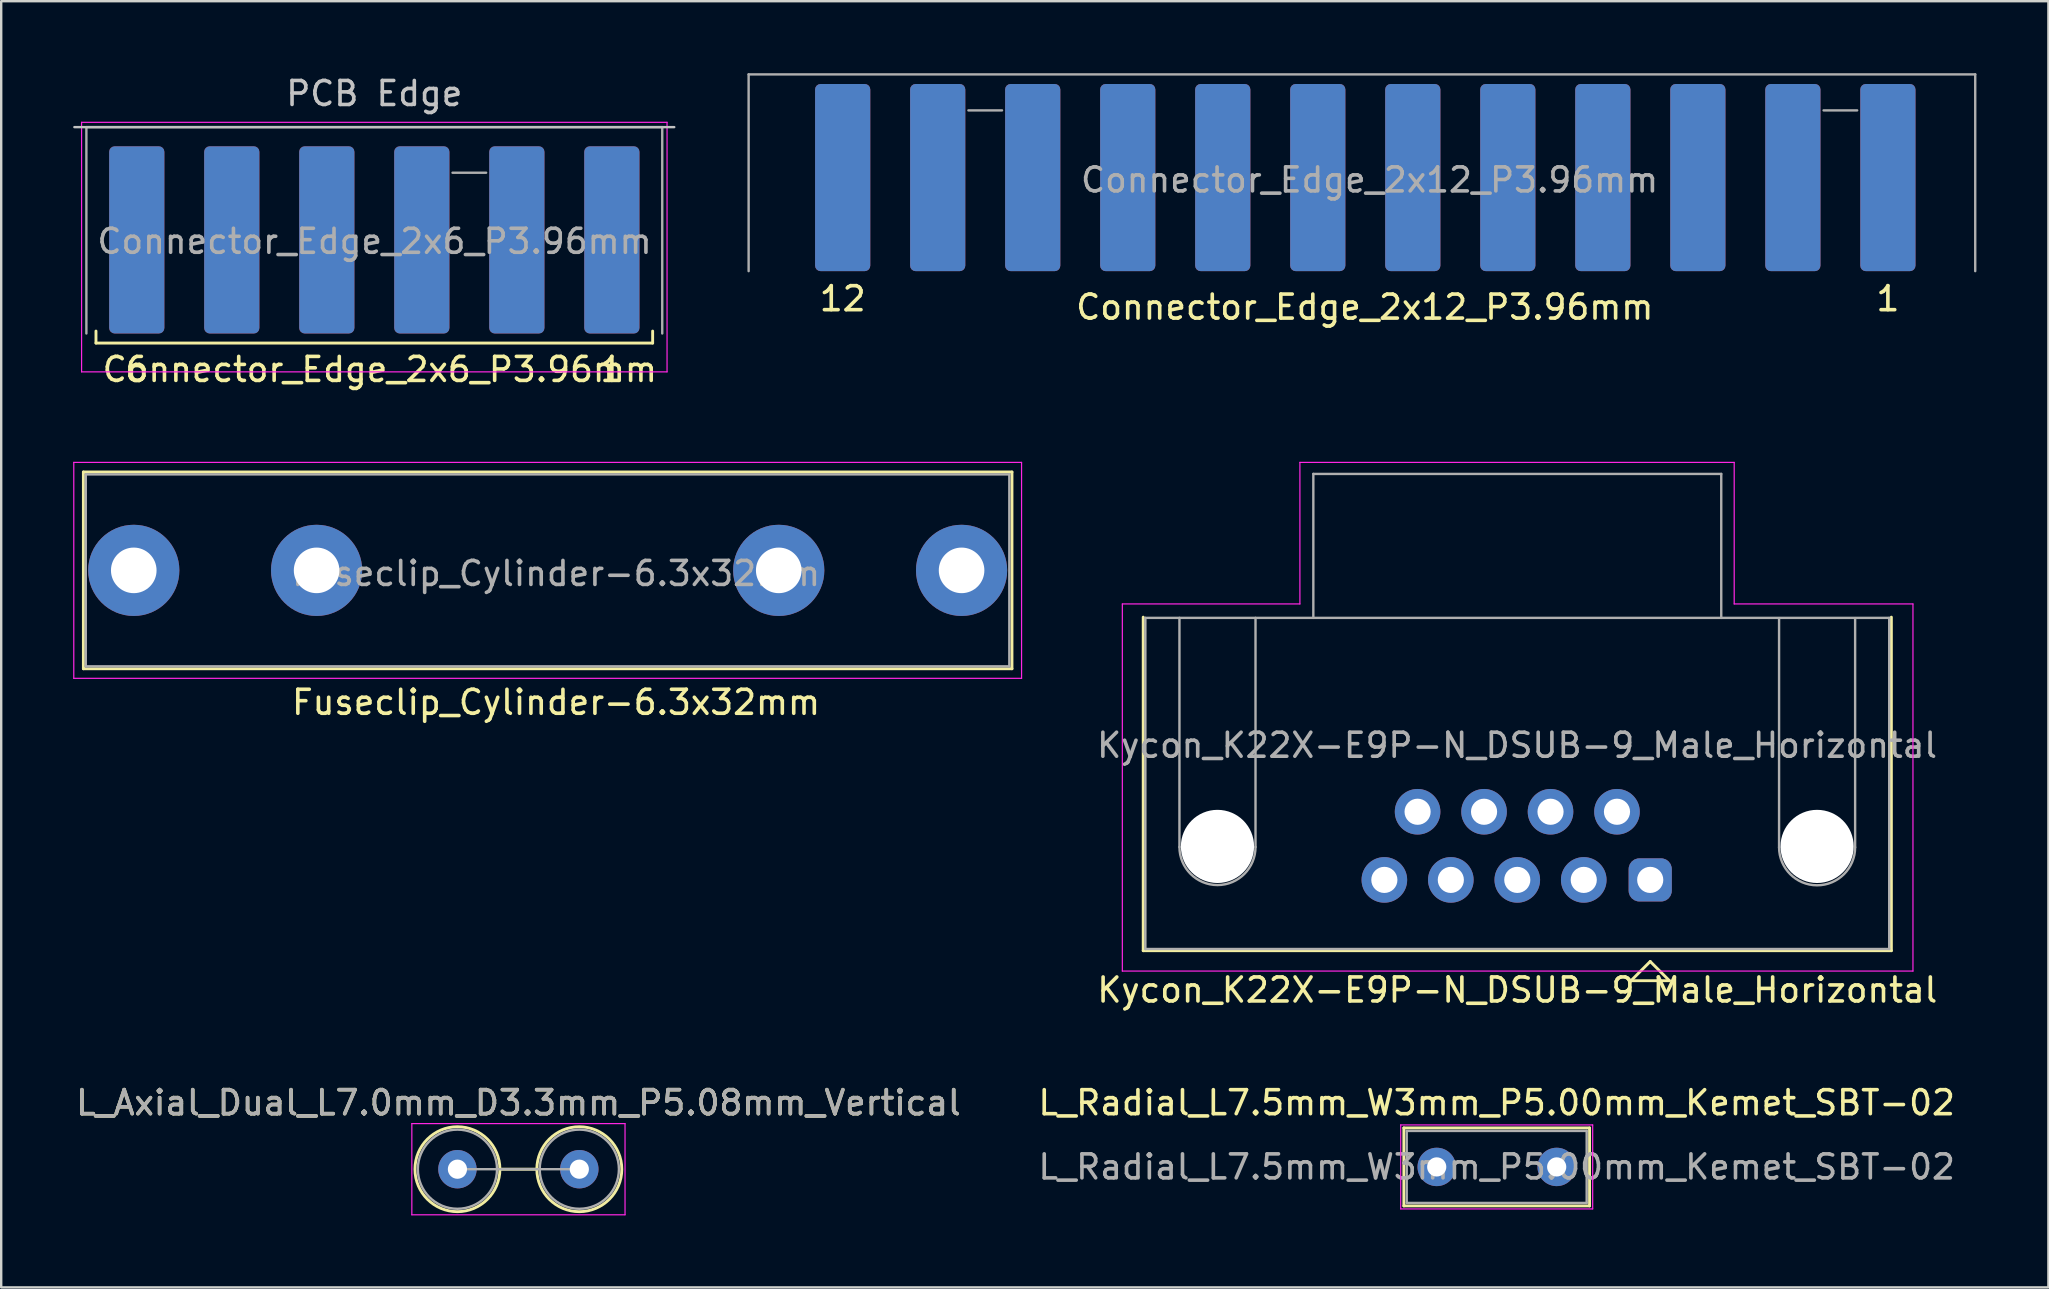
<source format=kicad_pcb>
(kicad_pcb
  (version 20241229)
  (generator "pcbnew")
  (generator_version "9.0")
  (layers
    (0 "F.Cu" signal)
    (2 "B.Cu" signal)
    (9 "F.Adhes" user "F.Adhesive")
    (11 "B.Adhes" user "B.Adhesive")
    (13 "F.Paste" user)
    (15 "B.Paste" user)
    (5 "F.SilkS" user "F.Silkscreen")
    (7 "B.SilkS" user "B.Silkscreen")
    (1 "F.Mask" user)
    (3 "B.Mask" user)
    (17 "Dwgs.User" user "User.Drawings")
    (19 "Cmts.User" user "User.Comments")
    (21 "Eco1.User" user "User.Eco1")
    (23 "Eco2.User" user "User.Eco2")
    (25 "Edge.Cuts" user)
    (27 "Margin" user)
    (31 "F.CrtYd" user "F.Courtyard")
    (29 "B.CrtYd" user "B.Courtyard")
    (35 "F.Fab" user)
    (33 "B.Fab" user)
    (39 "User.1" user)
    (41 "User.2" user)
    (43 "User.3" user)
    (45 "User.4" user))
  (footprint "Connector_Edge_2x6_P3.96mm"
    (layer "F.Cu")
    (at 22.45 6.948)
    (property "Reference" "Connector_Edge_2x6_P3.96mm" (at -9.67 5.4 0) (layer "F.SilkS") (effects (font (size 1 1) (thickness 0.15))))
    (attr through_hole)
    (fp_line (start -21.5 3.8) (end -21.5 4.3) (stroke (width 0.12) (type solid)) (layer "F.SilkS"))
    (fp_line (start -21.5 4.3) (end 1.7 4.3) (stroke (width 0.12) (type solid)) (layer "F.SilkS"))
    (fp_line (start 1.7 4.3) (end 1.7 3.8) (stroke (width 0.12) (type solid)) (layer "F.SilkS"))
    (fp_line (start -22.4 -4.7) (end 2.6 -4.7) (stroke (width 0.1) (type solid)) (layer "Dwgs.User"))
    (fp_line (start -22.1 -4.9) (end 2.3 -4.9) (stroke (width 0.05) (type solid)) (layer "F.CrtYd"))
    (fp_line (start -22.1 5.5) (end -22.1 -4.9) (stroke (width 0.05) (type solid)) (layer "F.CrtYd"))
    (fp_line (start 2.3 -4.9) (end 2.3 5.5) (stroke (width 0.05) (type solid)) (layer "F.CrtYd"))
    (fp_line (start 2.3 5.5) (end -22.1 5.5) (stroke (width 0.05) (type solid)) (layer "F.CrtYd"))
    (fp_line (start -21.9 -4.7) (end -21.9 3.9) (stroke (width 0.1) (type solid)) (layer "F.Fab"))
    (fp_line (start -21.9 -4.7) (end 2.1 -4.7) (stroke (width 0.1) (type solid)) (layer "F.Fab"))
    (fp_line (start -5.24 -2.8) (end -6.64 -2.8) (stroke (width 0.1) (type solid)) (layer "F.Fab"))
    (fp_line (start 2.1 -4.7) (end 2.1 3.9) (stroke (width 0.1) (type solid)) (layer "F.Fab"))
    (fp_text user "1" (at 0 5.4 0) (layer "F.SilkS") (effects (font (size 1 1) (thickness 0.15))))
    (fp_text user "6" (at -19.8 5.4 0) (layer "F.SilkS") (effects (font (size 1 1) (thickness 0.15))))
    (fp_text user "PCB Edge" (at -9.9 -6.1 0) (layer "Dwgs.User") (effects (font (size 1 1) (thickness 0.15))))
    (fp_text user "${REFERENCE}" (at -9.89 0.06 0) (layer "F.Fab") (effects (font (size 1 1) (thickness 0.15))))
    (pad "1" smd roundrect (at 0 0) (size 2.3 7.8) (layers "F.Cu" "F.Mask" "F.Paste") (roundrect_rratio 0.1))
    (pad "2" smd roundrect (at -3.96 0) (size 2.3 7.8) (layers "F.Cu" "F.Mask" "F.Paste") (roundrect_rratio 0.1))
    (pad "3" smd roundrect (at -7.92 0) (size 2.3 7.8) (layers "F.Cu" "F.Mask" "F.Paste") (roundrect_rratio 0.1))
    (pad "4" smd roundrect (at -11.88 0) (size 2.3 7.8) (layers "F.Cu" "F.Mask" "F.Paste") (roundrect_rratio 0.1))
    (pad "5" smd roundrect (at -15.84 0) (size 2.3 7.8) (layers "F.Cu" "F.Mask" "F.Paste") (roundrect_rratio 0.1))
    (pad "6" smd roundrect (at -19.8 0) (size 2.3 7.8) (layers "F.Cu" "F.Mask" "F.Paste") (roundrect_rratio 0.1))
    (pad "A" smd roundrect (at 0 0) (size 2.3 7.8) (layers "F.Mask" "B.Cu" "F.Paste") (roundrect_rratio 0.1))
    (pad "B" smd roundrect (at -3.96 0) (size 2.3 7.8) (layers "F.Mask" "B.Cu" "F.Paste") (roundrect_rratio 0.1))
    (pad "C" smd roundrect (at -7.92 0) (size 2.3 7.8) (layers "F.Mask" "B.Cu" "F.Paste") (roundrect_rratio 0.1))
    (pad "D" smd roundrect (at -11.88 0) (size 2.3 7.8) (layers "F.Mask" "B.Cu" "F.Paste") (roundrect_rratio 0.1))
    (pad "E" smd roundrect (at -15.84 0) (size 2.3 7.8) (layers "F.Mask" "B.Cu" "F.Paste") (roundrect_rratio 0.1))
    (pad "F" smd roundrect (at -19.8 0) (size 2.3 7.8) (layers "F.Mask" "B.Cu" "F.Paste") (roundrect_rratio 0.1)))
  (footprint "Kycon_K22X-E9P-N_DSUB-9_Male_Horizontal"
    (layer "F.Cu")
    (at 65.725 33.621)
    (property "Reference" "Kycon_K22X-E9P-N_DSUB-9_Male_Horizontal" (at -5.54 4.59 0) (layer "F.SilkS") (effects (font (size 1 1) (thickness 0.15))))
    (attr through_hole)
    (fp_line (start -21.13 2.95) (end -21.13 -10.95) (stroke (width 0.12) (type solid)) (layer "F.SilkS"))
    (fp_line (start -0.8 4.2) (end 0 3.4) (stroke (width 0.12) (type solid)) (layer "F.SilkS"))
    (fp_line (start 0 3.4) (end 0.8 4.2) (stroke (width 0.12) (type solid)) (layer "F.SilkS"))
    (fp_line (start 0.8 4.2) (end -0.8 4.2) (stroke (width 0.12) (type solid)) (layer "F.SilkS"))
    (fp_line (start 10.05 -10.95) (end 10.05 2.95) (stroke (width 0.12) (type solid)) (layer "F.SilkS"))
    (fp_line (start 10.05 2.95) (end -21.13 2.95) (stroke (width 0.12) (type solid)) (layer "F.SilkS"))
    (fp_line (start -22 3.8) (end -22 -11.5) (stroke (width 0.05) (type solid)) (layer "F.CrtYd"))
    (fp_line (start -14.6 -17.4) (end -14.6 -11.5) (stroke (width 0.05) (type solid)) (layer "F.CrtYd"))
    (fp_line (start -14.6 -11.5) (end -22 -11.5) (stroke (width 0.05) (type solid)) (layer "F.CrtYd"))
    (fp_line (start 3.5 -17.4) (end -14.6 -17.4) (stroke (width 0.05) (type solid)) (layer "F.CrtYd"))
    (fp_line (start 3.5 -11.5) (end 3.5 -17.4) (stroke (width 0.05) (type solid)) (layer "F.CrtYd"))
    (fp_line (start 10.95 -11.5) (end 3.5 -11.5) (stroke (width 0.05) (type solid)) (layer "F.CrtYd"))
    (fp_line (start 10.95 -11.5) (end 10.95 3.8) (stroke (width 0.05) (type solid)) (layer "F.CrtYd"))
    (fp_line (start 10.95 3.8) (end -22 3.8) (stroke (width 0.05) (type solid)) (layer "F.CrtYd"))
    (fp_line (start -21.04 -10.92) (end 9.96 -10.92) (stroke (width 0.1) (type solid)) (layer "F.Fab"))
    (fp_line (start -21.04 2.88) (end -21.04 -10.92) (stroke (width 0.1) (type solid)) (layer "F.Fab"))
    (fp_line (start -21.04 2.88) (end 9.96 2.88) (stroke (width 0.1) (type solid)) (layer "F.Fab"))
    (fp_line (start -19.62 -1.37) (end -19.62 -10.92) (stroke (width 0.1) (type solid)) (layer "F.Fab"))
    (fp_line (start -16.45 -1.37) (end -16.45 -10.92) (stroke (width 0.1) (type solid)) (layer "F.Fab"))
    (fp_line (start -14.04 -16.92) (end -14.04 -10.92) (stroke (width 0.1) (type solid)) (layer "F.Fab"))
    (fp_line (start -14.04 -16.92) (end 2.96 -16.92) (stroke (width 0.1) (type solid)) (layer "F.Fab"))
    (fp_line (start 2.96 -16.92) (end 2.96 -10.92) (stroke (width 0.1) (type solid)) (layer "F.Fab"))
    (fp_line (start 5.37 -1.36) (end 5.37 -10.91) (stroke (width 0.1) (type solid)) (layer "F.Fab"))
    (fp_line (start 8.54 -1.36) (end 8.54 -10.91) (stroke (width 0.1) (type solid)) (layer "F.Fab"))
    (fp_line (start 9.96 2.88) (end 9.96 -10.92) (stroke (width 0.1) (type solid)) (layer "F.Fab"))
    (fp_arc (start -16.45 -1.37) (mid -18.035 0.215) (end -19.62 -1.37) (stroke (width 0.1) (type solid)) (layer "F.Fab"))
    (fp_arc (start 8.54 -1.36) (mid 6.955 0.225) (end 5.37 -1.36) (stroke (width 0.1) (type solid)) (layer "F.Fab"))
    (fp_text user "${REFERENCE}" (at -5.55 -5.61 0) (layer "F.Fab") (effects (font (size 1 1) (thickness 0.15))))
    (pad "" np_thru_hole circle (at -18.035 -1.395) (size 3.05 3.05) (drill 3.05) (layers "*.Cu" "*.Mask"))
    (pad "" np_thru_hole circle (at 6.955 -1.395) (size 3.05 3.05) (drill 3.05) (layers "*.Cu" "*.Mask"))
    (pad "1" thru_hole roundrect (at 0 0) (size 1.8 1.8) (drill 1.09) (layers "*.Cu" "*.Mask") (roundrect_rratio 0.25))
    (pad "2" thru_hole circle (at -2.77 0) (size 1.9 1.9) (drill 1.09) (layers "*.Cu" "*.Mask"))
    (pad "3" thru_hole circle (at -5.54 0) (size 1.9 1.9) (drill 1.09) (layers "*.Cu" "*.Mask"))
    (pad "4" thru_hole circle (at -8.31 0) (size 1.9 1.9) (drill 1.09) (layers "*.Cu" "*.Mask"))
    (pad "5" thru_hole circle (at -11.08 0) (size 1.9 1.9) (drill 1.09) (layers "*.Cu" "*.Mask"))
    (pad "6" thru_hole circle (at -1.385 -2.84) (size 1.9 1.9) (drill 1.09) (layers "*.Cu" "*.Mask"))
    (pad "7" thru_hole circle (at -4.155 -2.84) (size 1.9 1.9) (drill 1.09) (layers "*.Cu" "*.Mask"))
    (pad "8" thru_hole circle (at -6.925 -2.84) (size 1.9 1.9) (drill 1.09) (layers "*.Cu" "*.Mask"))
    (pad "9" thru_hole circle (at -9.695 -2.84) (size 1.9 1.9) (drill 1.09) (layers "*.Cu" "*.Mask")))
  (footprint "Connector_Edge_2x12_P3.96mm"
    (layer "F.Cu")
    (at 75.63 4.35)
    (property "Reference" "Connector_Edge_2x12_P3.96mm" (at -21.8 5.4 0) (layer "F.SilkS") (effects (font (size 1 1) (thickness 0.15))))
    (attr through_hole)
    (fp_line (start -47.48 -4.3) (end -47.48 3.9) (stroke (width 0.1) (type solid)) (layer "F.Fab"))
    (fp_line (start -47.48 -4.3) (end 3.64 -4.3) (stroke (width 0.1) (type solid)) (layer "F.Fab"))
    (fp_line (start -36.92 -2.8) (end -38.32 -2.8) (stroke (width 0.1) (type solid)) (layer "F.Fab"))
    (fp_line (start -1.28 -2.8) (end -2.68 -2.8) (stroke (width 0.1) (type solid)) (layer "F.Fab"))
    (fp_line (start 3.64 -4.3) (end 3.64 3.9) (stroke (width 0.1) (type solid)) (layer "F.Fab"))
    (fp_text user "1" (at 0 5.05 0) (layer "F.SilkS") (effects (font (size 1 1) (thickness 0.15))))
    (fp_text user "12" (at -43.56 5.05 0) (layer "F.SilkS") (effects (font (size 1 1) (thickness 0.15))))
    (fp_text user "${REFERENCE}" (at -21.6 0.1 0) (layer "F.Fab") (effects (font (size 1 1) (thickness 0.15))))
    (pad "1" smd roundrect (at 0 0) (size 2.3 7.8) (layers "F.Cu" "F.Mask" "F.Paste") (roundrect_rratio 0.1))
    (pad "2" smd roundrect (at -3.96 0) (size 2.3 7.8) (layers "F.Cu" "F.Mask" "F.Paste") (roundrect_rratio 0.1))
    (pad "3" smd roundrect (at -7.92 0) (size 2.3 7.8) (layers "F.Cu" "F.Mask" "F.Paste") (roundrect_rratio 0.1))
    (pad "4" smd roundrect (at -11.88 0) (size 2.3 7.8) (layers "F.Cu" "F.Mask" "F.Paste") (roundrect_rratio 0.1))
    (pad "5" smd roundrect (at -15.84 0) (size 2.3 7.8) (layers "F.Cu" "F.Mask" "F.Paste") (roundrect_rratio 0.1))
    (pad "6" smd roundrect (at -19.8 0) (size 2.3 7.8) (layers "F.Cu" "F.Mask" "F.Paste") (roundrect_rratio 0.1))
    (pad "7" smd roundrect (at -23.76 0) (size 2.3 7.8) (layers "F.Cu" "F.Mask" "F.Paste") (roundrect_rratio 0.1))
    (pad "8" smd roundrect (at -27.72 0) (size 2.3 7.8) (layers "F.Cu" "F.Mask" "F.Paste") (roundrect_rratio 0.1))
    (pad "9" smd roundrect (at -31.68 0) (size 2.3 7.8) (layers "F.Cu" "F.Mask" "F.Paste") (roundrect_rratio 0.1))
    (pad "10" smd roundrect (at -35.64 0) (size 2.3 7.8) (layers "F.Cu" "F.Mask" "F.Paste") (roundrect_rratio 0.1))
    (pad "11" smd roundrect (at -39.6 0) (size 2.3 7.8) (layers "F.Cu" "F.Mask" "F.Paste") (roundrect_rratio 0.1))
    (pad "12" smd roundrect (at -43.56 0) (size 2.3 7.8) (layers "F.Cu" "F.Mask" "F.Paste") (roundrect_rratio 0.1))
    (pad "A" smd roundrect (at 0 0) (size 2.3 7.8) (layers "F.Mask" "B.Cu" "F.Paste") (roundrect_rratio 0.1))
    (pad "B" smd roundrect (at -3.96 0) (size 2.3 7.8) (layers "F.Mask" "B.Cu" "F.Paste") (roundrect_rratio 0.1))
    (pad "C" smd roundrect (at -7.92 0) (size 2.3 7.8) (layers "F.Mask" "B.Cu" "F.Paste") (roundrect_rratio 0.1))
    (pad "D" smd roundrect (at -11.88 0) (size 2.3 7.8) (layers "F.Mask" "B.Cu" "F.Paste") (roundrect_rratio 0.1))
    (pad "E" smd roundrect (at -15.84 0) (size 2.3 7.8) (layers "F.Mask" "B.Cu" "F.Paste") (roundrect_rratio 0.1))
    (pad "F" smd roundrect (at -19.8 0) (size 2.3 7.8) (layers "F.Mask" "B.Cu" "F.Paste") (roundrect_rratio 0.1))
    (pad "H" smd roundrect (at -23.76 0) (size 2.3 7.8) (layers "F.Mask" "B.Cu" "F.Paste") (roundrect_rratio 0.1))
    (pad "J" smd roundrect (at -27.72 0) (size 2.3 7.8) (layers "F.Mask" "B.Cu" "F.Paste") (roundrect_rratio 0.1))
    (pad "K" smd roundrect (at -31.68 0) (size 2.3 7.8) (layers "F.Mask" "B.Cu" "F.Paste") (roundrect_rratio 0.1))
    (pad "L" smd roundrect (at -35.64 0) (size 2.3 7.8) (layers "F.Mask" "B.Cu" "F.Paste") (roundrect_rratio 0.1))
    (pad "M" smd roundrect (at -39.6 0) (size 2.3 7.8) (layers "F.Mask" "B.Cu" "F.Paste") (roundrect_rratio 0.1))
    (pad "N" smd roundrect (at -43.56 0) (size 2.3 7.8) (layers "F.Mask" "B.Cu" "F.Paste") (roundrect_rratio 0.1)))
  (footprint "L_Axial_Dual_L7.0mm_D3.3mm_P5.08mm_Vertical"
    (layer "F.Cu")
    (at 16.014 45.678)
    (property "Reference" "L_Axial_Dual_L7.0mm_D3.3mm_P5.08mm_Vertical" (at 2.54 -2.77 0) (layer "F.SilkS") (effects (font (size 1 1) (thickness 0.15))))
    (attr through_hole)
    (fp_line (start 1.77 0) (end 3.31 0) (stroke (width 0.12) (type solid)) (layer "F.SilkS"))
    (fp_circle (center 0 0) (end 1.77 0) (stroke (width 0.12) (type solid)) (fill no) (layer "F.SilkS"))
    (fp_circle (center 5.08 0) (end 6.85 0) (stroke (width 0.12) (type solid)) (fill no) (layer "F.SilkS"))
    (fp_line (start -1.9 -1.9) (end -1.9 1.9) (stroke (width 0.05) (type solid)) (layer "F.CrtYd"))
    (fp_line (start -1.9 1.9) (end 6.985 1.9) (stroke (width 0.05) (type solid)) (layer "F.CrtYd"))
    (fp_line (start 6.985 -1.9) (end -1.9 -1.9) (stroke (width 0.05) (type solid)) (layer "F.CrtYd"))
    (fp_line (start 6.985 1.9) (end 6.985 -1.9) (stroke (width 0.05) (type solid)) (layer "F.CrtYd"))
    (fp_line (start 0 0) (end 5.08 0) (stroke (width 0.1) (type solid)) (layer "F.Fab"))
    (fp_circle (center 0 0) (end 1.65 0) (stroke (width 0.1) (type solid)) (fill no) (layer "F.Fab"))
    (fp_circle (center 5.08 0) (end 6.73 0) (stroke (width 0.1) (type solid)) (fill no) (layer "F.Fab"))
    (fp_text user "${REFERENCE}" (at 2.54 -2.77 0) (layer "F.Fab") (effects (font (size 1 1) (thickness 0.15))))
    (pad "1" thru_hole circle (at 0 0) (size 1.6 1.6) (drill 0.8) (layers "*.Cu" "*.Mask"))
    (pad "2" thru_hole oval (at 5.08 0) (size 1.6 1.6) (drill 0.8) (layers "*.Cu" "*.Mask")))
  (footprint "L_Radial_L7.5mm_W3mm_P5.00mm_Kemet_SBT-02"
    (layer "F.Cu")
    (at 56.827 45.583)
    (property "Reference" "L_Radial_L7.5mm_W3mm_P5.00mm_Kemet_SBT-02" (at 2.5 -2.675 0) (layer "F.SilkS") (effects (font (size 1 1) (thickness 0.15))))
    (attr through_hole)
    (fp_line (start -1.37 -1.625) (end -1.37 1.625) (stroke (width 0.12) (type solid)) (layer "F.SilkS"))
    (fp_line (start -1.37 -1.625) (end 6.37 -1.625) (stroke (width 0.12) (type solid)) (layer "F.SilkS"))
    (fp_line (start -1.37 1.625) (end 6.37 1.625) (stroke (width 0.12) (type solid)) (layer "F.SilkS"))
    (fp_line (start 6.37 -1.625) (end 6.37 1.625) (stroke (width 0.12) (type solid)) (layer "F.SilkS"))
    (fp_line (start -1.5 -1.75) (end -1.5 1.75) (stroke (width 0.05) (type solid)) (layer "F.CrtYd"))
    (fp_line (start -1.5 1.75) (end 6.5 1.75) (stroke (width 0.05) (type solid)) (layer "F.CrtYd"))
    (fp_line (start 6.5 -1.75) (end -1.5 -1.75) (stroke (width 0.05) (type solid)) (layer "F.CrtYd"))
    (fp_line (start 6.5 1.75) (end 6.5 -1.75) (stroke (width 0.05) (type solid)) (layer "F.CrtYd"))
    (fp_line (start -1.25 -1.5) (end -1.25 1.5) (stroke (width 0.1) (type solid)) (layer "F.Fab"))
    (fp_line (start -1.25 1.5) (end 6.25 1.5) (stroke (width 0.1) (type solid)) (layer "F.Fab"))
    (fp_line (start 6.25 -1.5) (end -1.25 -1.5) (stroke (width 0.1) (type solid)) (layer "F.Fab"))
    (fp_line (start 6.25 1.5) (end 6.25 -1.5) (stroke (width 0.1) (type solid)) (layer "F.Fab"))
    (fp_text user "${REFERENCE}" (at 2.5 0 0) (layer "F.Fab") (effects (font (size 1 1) (thickness 0.15))))
    (pad "1" thru_hole circle (at 0 0) (size 1.6 1.6) (drill 0.8) (layers "*.Cu" "*.Mask"))
    (pad "2" thru_hole circle (at 5 0) (size 1.6 1.6) (drill 0.8) (layers "*.Cu" "*.Mask")))
  (footprint "Fuseclip_Cylinder-6.3x32mm"
    (layer "F.Cu")
    (at 2.525 20.721)
    (property "Reference" "Fuseclip_Cylinder-6.3x32mm" (at 17.6 5.5 0) (layer "F.SilkS") (effects (font (size 1 1) (thickness 0.15))))
    (attr through_hole)
    (fp_line (start -2.1 -4.1) (end 36.6 -4.1) (stroke (width 0.12) (type solid)) (layer "F.SilkS"))
    (fp_line (start -2.1 4.1) (end -2.1 -4.1) (stroke (width 0.12) (type solid)) (layer "F.SilkS"))
    (fp_line (start 36.6 -4.1) (end 36.6 4.1) (stroke (width 0.12) (type solid)) (layer "F.SilkS"))
    (fp_line (start 36.6 4.1) (end -2.1 4.1) (stroke (width 0.12) (type solid)) (layer "F.SilkS"))
    (fp_line (start -2.5 -4.5) (end 37 -4.5) (stroke (width 0.05) (type solid)) (layer "F.CrtYd"))
    (fp_line (start -2.5 4.5) (end -2.5 -4.5) (stroke (width 0.05) (type solid)) (layer "F.CrtYd"))
    (fp_line (start 37 -4.5) (end 37 4.5) (stroke (width 0.05) (type solid)) (layer "F.CrtYd"))
    (fp_line (start 37 4.5) (end -2.5 4.5) (stroke (width 0.05) (type solid)) (layer "F.CrtYd"))
    (fp_line (start -2 -4) (end -2 4) (stroke (width 0.1) (type solid)) (layer "F.Fab"))
    (fp_line (start -2 -4) (end 36.49 -4) (stroke (width 0.1) (type solid)) (layer "F.Fab"))
    (fp_line (start -2 4) (end 36.49 4) (stroke (width 0.1) (type solid)) (layer "F.Fab"))
    (fp_line (start 36.49 -4) (end 36.49 4) (stroke (width 0.1) (type solid)) (layer "F.Fab"))
    (fp_text user "${REFERENCE}" (at 17.6 0.13 0) (layer "F.Fab") (effects (font (size 1 1) (thickness 0.15))))
    (pad "1" thru_hole circle (at 0 0) (size 3.8 3.8) (drill 1.9) (layers "*.Cu" "*.Mask"))
    (pad "1" thru_hole circle (at 7.62 0) (size 3.8 3.8) (drill 1.9) (layers "*.Cu" "*.Mask"))
    (pad "2" thru_hole circle (at 26.88 0) (size 3.8 3.8) (drill 1.9) (layers "*.Cu" "*.Mask"))
    (pad "2" thru_hole circle (at 34.5 0) (size 3.8 3.8) (drill 1.9) (layers "*.Cu" "*.Mask")))
  (gr_rect
    (start -3 -3)
    (end 82.32 50.603)
    (stroke (width 0.1) (type default))
    (fill no)
    (layer "Edge.Cuts")))
</source>
